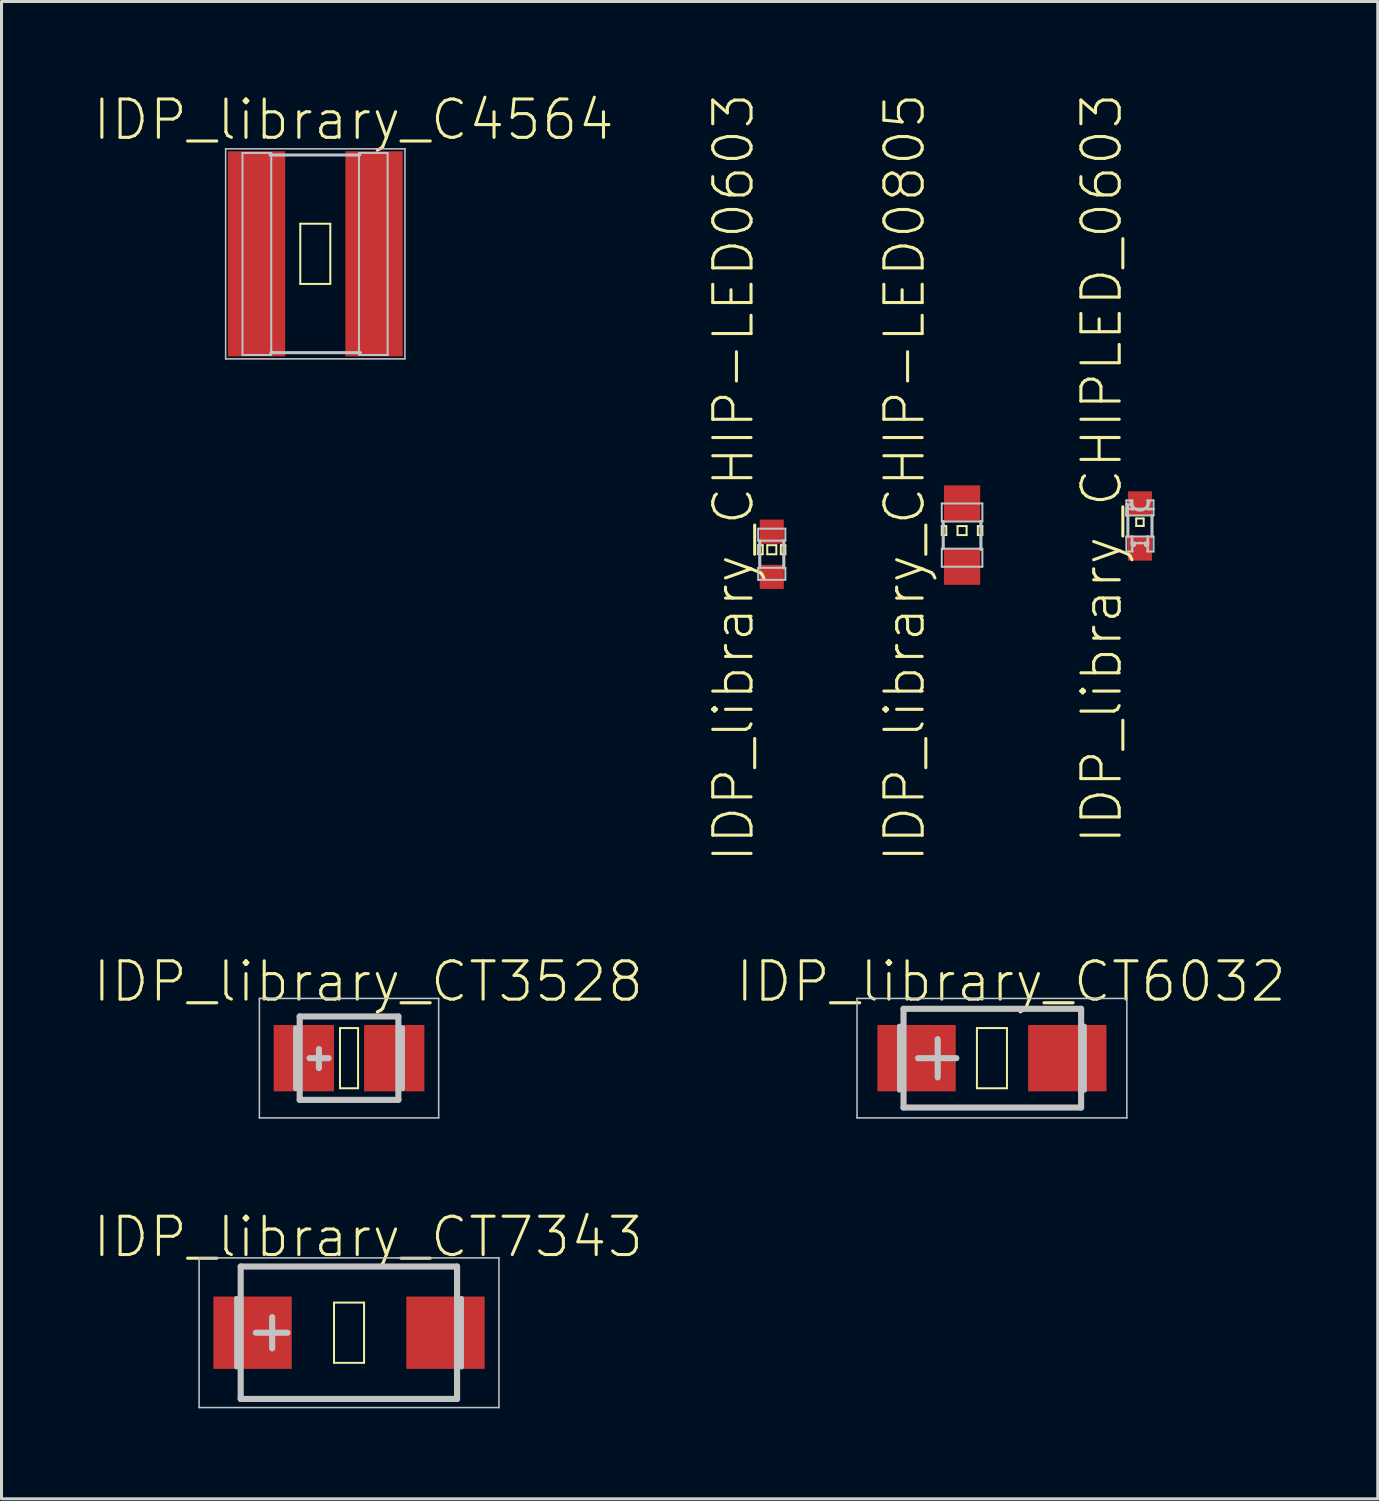
<source format=kicad_pcb>
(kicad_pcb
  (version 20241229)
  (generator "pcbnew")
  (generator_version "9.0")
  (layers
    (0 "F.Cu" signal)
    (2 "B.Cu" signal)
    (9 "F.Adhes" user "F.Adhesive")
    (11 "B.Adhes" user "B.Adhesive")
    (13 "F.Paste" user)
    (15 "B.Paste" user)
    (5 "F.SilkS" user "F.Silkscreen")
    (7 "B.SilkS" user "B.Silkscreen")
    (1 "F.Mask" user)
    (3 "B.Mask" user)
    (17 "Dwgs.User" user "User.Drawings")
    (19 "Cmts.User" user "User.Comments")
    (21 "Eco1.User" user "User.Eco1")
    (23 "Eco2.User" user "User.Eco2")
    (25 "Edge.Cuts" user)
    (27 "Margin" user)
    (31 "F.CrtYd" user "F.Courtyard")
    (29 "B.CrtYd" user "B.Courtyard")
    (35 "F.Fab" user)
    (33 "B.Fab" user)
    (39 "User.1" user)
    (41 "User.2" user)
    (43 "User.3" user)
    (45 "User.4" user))
  (footprint "IDP_library_CT7343"
    (layer "F.Cu")
    (at 8.522 41.136)
    (property "Reference" "IDP_library_CT7343" (at 0.635 -3.175 0) (layer "F.SilkS") (effects (font (size 1.27 1.27) (thickness 0.102))))
    (attr smd)
    (fp_line (start -0.498 -0.998) (end 0.498 -0.998) (stroke (width 0.066) (type solid)) (layer "F.SilkS"))
    (fp_line (start -0.498 0.998) (end -0.498 -0.998) (stroke (width 0.066) (type solid)) (layer "F.SilkS"))
    (fp_line (start -0.498 0.998) (end 0.498 0.998) (stroke (width 0.066) (type solid)) (layer "F.SilkS"))
    (fp_line (start 0.498 0.998) (end 0.498 -0.998) (stroke (width 0.066) (type solid)) (layer "F.SilkS"))
    (fp_line (start -4.971 -2.482) (end 4.971 -2.482) (stroke (width 0.051) (type solid)) (layer "Dwgs.User"))
    (fp_line (start -4.971 2.482) (end -4.971 -2.482) (stroke (width 0.051) (type solid)) (layer "Dwgs.User"))
    (fp_line (start -3.734 -1.143) (end -3.734 1.143) (stroke (width 0.152) (type solid)) (layer "Dwgs.User"))
    (fp_line (start -3.592 2.195) (end -3.592 -2.195) (stroke (width 0.203) (type solid)) (layer "Dwgs.User"))
    (fp_line (start -2.548 -0.518) (end -2.548 0.518) (stroke (width 0.203) (type solid)) (layer "Dwgs.User"))
    (fp_line (start -2.04 0) (end -3.089 0) (stroke (width 0.203) (type solid)) (layer "Dwgs.User"))
    (fp_line (start 3.581 -2.195) (end -3.592 -2.195) (stroke (width 0.203) (type solid)) (layer "Dwgs.User"))
    (fp_line (start 3.581 2.195) (end -3.592 2.195) (stroke (width 0.203) (type solid)) (layer "Dwgs.User"))
    (fp_line (start 3.581 2.195) (end 3.581 -2.195) (stroke (width 0.203) (type solid)) (layer "Dwgs.User"))
    (fp_line (start 3.734 -1.143) (end 3.734 1.143) (stroke (width 0.152) (type solid)) (layer "Dwgs.User"))
    (fp_line (start 4.971 -2.482) (end 4.971 2.482) (stroke (width 0.051) (type solid)) (layer "Dwgs.User"))
    (fp_line (start 4.971 2.482) (end -4.971 2.482) (stroke (width 0.051) (type solid)) (layer "Dwgs.User"))
    (pad "+" smd rect (at -3.198 0) (size 2.598 2.398) (layers "F.Cu" "F.Mask" "F.Paste"))
    (pad "-" smd rect (at 3.198 0) (size 2.598 2.398) (layers "F.Cu" "F.Mask" "F.Paste")))
  (footprint "IDP_library_CHIP-LED0805"
    (layer "F.Cu")
    (at 28.847 14.691)
    (property "Reference" "IDP_library_CHIP-LED0805" (at -1.905 -1.905 90) (layer "F.SilkS") (effects (font (size 1.27 1.27) (thickness 0.102))))
    (attr smd)
    (fp_line (start -0.673 -0.3) (end -0.523 -0.3) (stroke (width 0.066) (type solid)) (layer "F.SilkS"))
    (fp_line (start -0.673 0) (end -0.673 -0.3) (stroke (width 0.066) (type solid)) (layer "F.SilkS"))
    (fp_line (start -0.673 0) (end -0.523 0) (stroke (width 0.066) (type solid)) (layer "F.SilkS"))
    (fp_line (start -0.523 0) (end -0.523 -0.3) (stroke (width 0.066) (type solid)) (layer "F.SilkS"))
    (fp_line (start -0.15 -0.3) (end 0.15 -0.3) (stroke (width 0.066) (type solid)) (layer "F.SilkS"))
    (fp_line (start -0.15 0) (end -0.15 -0.3) (stroke (width 0.066) (type solid)) (layer "F.SilkS"))
    (fp_line (start -0.15 0) (end 0.15 0) (stroke (width 0.066) (type solid)) (layer "F.SilkS"))
    (fp_line (start 0.15 0) (end 0.15 -0.3) (stroke (width 0.066) (type solid)) (layer "F.SilkS"))
    (fp_line (start 0.523 -0.3) (end 0.673 -0.3) (stroke (width 0.066) (type solid)) (layer "F.SilkS"))
    (fp_line (start 0.523 0) (end 0.523 -0.3) (stroke (width 0.066) (type solid)) (layer "F.SilkS"))
    (fp_line (start 0.523 0) (end 0.673 0) (stroke (width 0.066) (type solid)) (layer "F.SilkS"))
    (fp_line (start 0.673 0) (end 0.673 -0.3) (stroke (width 0.066) (type solid)) (layer "F.SilkS"))
    (fp_line (start -0.673 -1.049) (end 0.673 -1.049) (stroke (width 0.066) (type solid)) (layer "Dwgs.User"))
    (fp_line (start -0.673 -0.45) (end -0.673 -1.049) (stroke (width 0.066) (type solid)) (layer "Dwgs.User"))
    (fp_line (start -0.673 -0.45) (end 0.673 -0.45) (stroke (width 0.066) (type solid)) (layer "Dwgs.User"))
    (fp_line (start -0.673 0.45) (end 0.673 0.45) (stroke (width 0.066) (type solid)) (layer "Dwgs.User"))
    (fp_line (start -0.673 1.049) (end -0.673 0.45) (stroke (width 0.066) (type solid)) (layer "Dwgs.User"))
    (fp_line (start -0.673 1.049) (end 0.673 1.049) (stroke (width 0.066) (type solid)) (layer "Dwgs.User"))
    (fp_line (start -0.625 -0.45) (end -0.625 0.45) (stroke (width 0.102) (type solid)) (layer "Dwgs.User"))
    (fp_line (start 0.625 -0.45) (end 0.625 0.475) (stroke (width 0.102) (type solid)) (layer "Dwgs.User"))
    (fp_line (start 0.673 -0.45) (end 0.673 -1.049) (stroke (width 0.066) (type solid)) (layer "Dwgs.User"))
    (fp_line (start 0.673 1.049) (end 0.673 0.45) (stroke (width 0.066) (type solid)) (layer "Dwgs.User"))
    (pad "A" smd rect (at 0 1.049) (size 1.199 1.199) (layers "F.Cu" "F.Mask" "F.Paste"))
    (pad "C" smd rect (at 0 -1.049) (size 1.199 1.199) (layers "F.Cu" "F.Mask" "F.Paste")))
  (footprint "IDP_library_CT3528"
    (layer "F.Cu")
    (at 8.522 32.033)
    (property "Reference" "IDP_library_CT3528" (at 0.635 -2.54 0) (layer "F.SilkS") (effects (font (size 1.27 1.27) (thickness 0.102))))
    (attr smd)
    (fp_line (start -0.3 -0.998) (end 0.3 -0.998) (stroke (width 0.066) (type solid)) (layer "F.SilkS"))
    (fp_line (start -0.3 0.998) (end -0.3 -0.998) (stroke (width 0.066) (type solid)) (layer "F.SilkS"))
    (fp_line (start -0.3 0.998) (end 0.3 0.998) (stroke (width 0.066) (type solid)) (layer "F.SilkS"))
    (fp_line (start 0.3 0.998) (end 0.3 -0.998) (stroke (width 0.066) (type solid)) (layer "F.SilkS"))
    (fp_line (start -2.972 -1.981) (end 2.972 -1.981) (stroke (width 0.051) (type solid)) (layer "Dwgs.User"))
    (fp_line (start -2.972 1.981) (end -2.972 -1.981) (stroke (width 0.051) (type solid)) (layer "Dwgs.User"))
    (fp_line (start -1.778 -1.016) (end -1.778 1.016) (stroke (width 0.152) (type solid)) (layer "Dwgs.User"))
    (fp_line (start -1.636 1.382) (end -1.636 -1.382) (stroke (width 0.203) (type solid)) (layer "Dwgs.User"))
    (fp_line (start -0.998 -0.3) (end -0.998 0.328) (stroke (width 0.203) (type solid)) (layer "Dwgs.User"))
    (fp_line (start -0.678 0) (end -1.308 0) (stroke (width 0.203) (type solid)) (layer "Dwgs.User"))
    (fp_line (start 1.636 -1.382) (end -1.636 -1.382) (stroke (width 0.203) (type solid)) (layer "Dwgs.User"))
    (fp_line (start 1.636 1.382) (end -1.636 1.382) (stroke (width 0.203) (type solid)) (layer "Dwgs.User"))
    (fp_line (start 1.636 1.382) (end 1.636 -1.382) (stroke (width 0.203) (type solid)) (layer "Dwgs.User"))
    (fp_line (start 1.778 -1.016) (end 1.778 1.016) (stroke (width 0.152) (type solid)) (layer "Dwgs.User"))
    (fp_line (start 2.972 -1.981) (end 2.972 1.981) (stroke (width 0.051) (type solid)) (layer "Dwgs.User"))
    (fp_line (start 2.972 1.981) (end -2.972 1.981) (stroke (width 0.051) (type solid)) (layer "Dwgs.User"))
    (pad "+" smd rect (at -1.499 0) (size 1.999 2.2) (layers "F.Cu" "F.Mask" "F.Paste"))
    (pad "-" smd rect (at 1.499 0) (size 1.999 2.2) (layers "F.Cu" "F.Mask" "F.Paste")))
  (footprint "IDP_library_CHIPLED_0603"
    (layer "F.Cu")
    (at 34.744 14.388)
    (property "Reference" "IDP_library_CHIPLED_0603" (at -1.27 -1.905 90) (layer "F.SilkS") (effects (font (size 1.27 1.27) (thickness 0.102))))
    (attr smd)
    (fp_line (start -0.124 -0.249) (end 0.124 -0.249) (stroke (width 0.066) (type solid)) (layer "F.SilkS"))
    (fp_line (start -0.124 0) (end -0.124 -0.249) (stroke (width 0.066) (type solid)) (layer "F.SilkS"))
    (fp_line (start -0.124 0) (end 0.124 0) (stroke (width 0.066) (type solid)) (layer "F.SilkS"))
    (fp_line (start 0.124 0) (end 0.124 -0.249) (stroke (width 0.066) (type solid)) (layer "F.SilkS"))
    (fp_line (start -0.45 -0.848) (end -0.249 -0.848) (stroke (width 0.066) (type solid)) (layer "Dwgs.User"))
    (fp_line (start -0.45 -0.724) (end -0.399 -0.724) (stroke (width 0.066) (type solid)) (layer "Dwgs.User"))
    (fp_line (start -0.45 -0.699) (end -0.45 -0.848) (stroke (width 0.066) (type solid)) (layer "Dwgs.User"))
    (fp_line (start -0.45 -0.699) (end -0.249 -0.699) (stroke (width 0.066) (type solid)) (layer "Dwgs.User"))
    (fp_line (start -0.45 -0.574) (end 0.45 -0.574) (stroke (width 0.066) (type solid)) (layer "Dwgs.User"))
    (fp_line (start -0.45 -0.348) (end -0.45 -0.724) (stroke (width 0.066) (type solid)) (layer "Dwgs.User"))
    (fp_line (start -0.45 -0.348) (end -0.45 -0.574) (stroke (width 0.066) (type solid)) (layer "Dwgs.User"))
    (fp_line (start -0.45 -0.348) (end -0.399 -0.348) (stroke (width 0.066) (type solid)) (layer "Dwgs.User"))
    (fp_line (start -0.45 -0.348) (end 0.45 -0.348) (stroke (width 0.066) (type solid)) (layer "Dwgs.User"))
    (fp_line (start -0.45 0.348) (end -0.249 0.348) (stroke (width 0.066) (type solid)) (layer "Dwgs.User"))
    (fp_line (start -0.45 0.848) (end -0.45 0.348) (stroke (width 0.066) (type solid)) (layer "Dwgs.User"))
    (fp_line (start -0.45 0.848) (end -0.249 0.848) (stroke (width 0.066) (type solid)) (layer "Dwgs.User"))
    (fp_line (start -0.399 -0.373) (end -0.399 0.348) (stroke (width 0.102) (type solid)) (layer "Dwgs.User"))
    (fp_line (start -0.399 -0.348) (end -0.399 -0.724) (stroke (width 0.066) (type solid)) (layer "Dwgs.User"))
    (fp_line (start -0.274 -0.599) (end -0.224 -0.599) (stroke (width 0.066) (type solid)) (layer "Dwgs.User"))
    (fp_line (start -0.274 -0.549) (end -0.274 -0.599) (stroke (width 0.066) (type solid)) (layer "Dwgs.User"))
    (fp_line (start -0.274 -0.549) (end -0.224 -0.549) (stroke (width 0.066) (type solid)) (layer "Dwgs.User"))
    (fp_line (start -0.274 0.348) (end 0.274 0.348) (stroke (width 0.066) (type solid)) (layer "Dwgs.User"))
    (fp_line (start -0.274 0.549) (end -0.173 0.549) (stroke (width 0.066) (type solid)) (layer "Dwgs.User"))
    (fp_line (start -0.274 0.574) (end -0.274 0.348) (stroke (width 0.066) (type solid)) (layer "Dwgs.User"))
    (fp_line (start -0.274 0.574) (end 0.274 0.574) (stroke (width 0.066) (type solid)) (layer "Dwgs.User"))
    (fp_line (start -0.274 0.648) (end -0.274 0.549) (stroke (width 0.066) (type solid)) (layer "Dwgs.User"))
    (fp_line (start -0.274 0.648) (end -0.173 0.648) (stroke (width 0.066) (type solid)) (layer "Dwgs.User"))
    (fp_line (start -0.249 -0.699) (end -0.249 -0.848) (stroke (width 0.066) (type solid)) (layer "Dwgs.User"))
    (fp_line (start -0.249 0.848) (end -0.249 0.348) (stroke (width 0.066) (type solid)) (layer "Dwgs.User"))
    (fp_line (start -0.224 -0.549) (end -0.224 -0.599) (stroke (width 0.066) (type solid)) (layer "Dwgs.User"))
    (fp_line (start -0.173 0.648) (end -0.173 0.549) (stroke (width 0.066) (type solid)) (layer "Dwgs.User"))
    (fp_line (start 0.173 0.549) (end 0.274 0.549) (stroke (width 0.066) (type solid)) (layer "Dwgs.User"))
    (fp_line (start 0.173 0.648) (end 0.173 0.549) (stroke (width 0.066) (type solid)) (layer "Dwgs.User"))
    (fp_line (start 0.173 0.648) (end 0.274 0.648) (stroke (width 0.066) (type solid)) (layer "Dwgs.User"))
    (fp_line (start 0.249 -0.848) (end 0.45 -0.848) (stroke (width 0.066) (type solid)) (layer "Dwgs.User"))
    (fp_line (start 0.249 -0.549) (end 0.249 -0.848) (stroke (width 0.066) (type solid)) (layer "Dwgs.User"))
    (fp_line (start 0.249 -0.549) (end 0.45 -0.549) (stroke (width 0.066) (type solid)) (layer "Dwgs.User"))
    (fp_line (start 0.249 0.348) (end 0.45 0.348) (stroke (width 0.066) (type solid)) (layer "Dwgs.User"))
    (fp_line (start 0.249 0.848) (end 0.249 0.348) (stroke (width 0.066) (type solid)) (layer "Dwgs.User"))
    (fp_line (start 0.249 0.848) (end 0.45 0.848) (stroke (width 0.066) (type solid)) (layer "Dwgs.User"))
    (fp_line (start 0.274 0.574) (end 0.274 0.348) (stroke (width 0.066) (type solid)) (layer "Dwgs.User"))
    (fp_line (start 0.274 0.648) (end 0.274 0.549) (stroke (width 0.066) (type solid)) (layer "Dwgs.User"))
    (fp_line (start 0.399 -0.348) (end 0.399 0.348) (stroke (width 0.102) (type solid)) (layer "Dwgs.User"))
    (fp_line (start 0.45 -0.549) (end 0.45 -0.848) (stroke (width 0.066) (type solid)) (layer "Dwgs.User"))
    (fp_line (start 0.45 -0.348) (end 0.45 -0.574) (stroke (width 0.066) (type solid)) (layer "Dwgs.User"))
    (fp_line (start 0.45 0.848) (end 0.45 0.348) (stroke (width 0.066) (type solid)) (layer "Dwgs.User"))
    (fp_arc (start -0.27432 0.82296) (mid 0 0.54864) (end 0.27432 0.82296) (stroke (width 0.0508) (type solid)) (layer "Dwgs.User"))
    (fp_arc (start 0.29972 -0.79756) (mid -0.001711 -0.524485) (end -0.300018 -0.80097) (stroke (width 0.1016) (type solid)) (layer "Dwgs.User"))
    (fp_circle (center -0.348 -0.625) (end -0.348 -0.699) (stroke (width 0.051) (type solid)) (fill no) (layer "Dwgs.User"))
    (pad "A" smd rect (at 0 0.749) (size 0.798 0.798) (layers "F.Cu" "F.Mask" "F.Paste"))
    (pad "C" smd rect (at 0 -0.749) (size 0.798 0.798) (layers "F.Cu" "F.Mask" "F.Paste")))
  (footprint "IDP_library_CHIP-LED0603"
    (layer "F.Cu")
    (at 22.538 15.326)
    (property "Reference" "IDP_library_CHIP-LED0603" (at -1.27 -2.54 90) (layer "F.SilkS") (effects (font (size 1.27 1.27) (thickness 0.102))))
    (attr smd)
    (fp_line (start -0.45 -0.3) (end -0.3 -0.3) (stroke (width 0.066) (type solid)) (layer "F.SilkS"))
    (fp_line (start -0.45 0) (end -0.45 -0.3) (stroke (width 0.066) (type solid)) (layer "F.SilkS"))
    (fp_line (start -0.45 0) (end -0.3 0) (stroke (width 0.066) (type solid)) (layer "F.SilkS"))
    (fp_line (start -0.3 0) (end -0.3 -0.3) (stroke (width 0.066) (type solid)) (layer "F.SilkS"))
    (fp_line (start -0.15 -0.3) (end 0.15 -0.3) (stroke (width 0.066) (type solid)) (layer "F.SilkS"))
    (fp_line (start -0.15 0) (end -0.15 -0.3) (stroke (width 0.066) (type solid)) (layer "F.SilkS"))
    (fp_line (start -0.15 0) (end 0.15 0) (stroke (width 0.066) (type solid)) (layer "F.SilkS"))
    (fp_line (start 0.15 0) (end 0.15 -0.3) (stroke (width 0.066) (type solid)) (layer "F.SilkS"))
    (fp_line (start 0.3 -0.3) (end 0.45 -0.3) (stroke (width 0.066) (type solid)) (layer "F.SilkS"))
    (fp_line (start 0.3 0) (end 0.3 -0.3) (stroke (width 0.066) (type solid)) (layer "F.SilkS"))
    (fp_line (start 0.3 0) (end 0.45 0) (stroke (width 0.066) (type solid)) (layer "F.SilkS"))
    (fp_line (start 0.45 0) (end 0.45 -0.3) (stroke (width 0.066) (type solid)) (layer "F.SilkS"))
    (fp_line (start -0.45 -0.848) (end 0.45 -0.848) (stroke (width 0.066) (type solid)) (layer "Dwgs.User"))
    (fp_line (start -0.45 -0.45) (end -0.45 -0.848) (stroke (width 0.066) (type solid)) (layer "Dwgs.User"))
    (fp_line (start -0.45 -0.45) (end 0.45 -0.45) (stroke (width 0.066) (type solid)) (layer "Dwgs.User"))
    (fp_line (start -0.45 0.45) (end 0.45 0.45) (stroke (width 0.066) (type solid)) (layer "Dwgs.User"))
    (fp_line (start -0.45 0.848) (end -0.45 0.45) (stroke (width 0.066) (type solid)) (layer "Dwgs.User"))
    (fp_line (start -0.45 0.848) (end 0.45 0.848) (stroke (width 0.066) (type solid)) (layer "Dwgs.User"))
    (fp_line (start -0.399 -0.45) (end -0.399 0.45) (stroke (width 0.102) (type solid)) (layer "Dwgs.User"))
    (fp_line (start 0.399 -0.45) (end 0.399 0.45) (stroke (width 0.102) (type solid)) (layer "Dwgs.User"))
    (fp_line (start 0.45 -0.45) (end 0.45 -0.848) (stroke (width 0.066) (type solid)) (layer "Dwgs.User"))
    (fp_line (start 0.45 0.848) (end 0.45 0.45) (stroke (width 0.066) (type solid)) (layer "Dwgs.User"))
    (pad "A" smd rect (at 0 0.749) (size 0.798 0.798) (layers "F.Cu" "F.Mask" "F.Paste"))
    (pad "C" smd rect (at 0 -0.749) (size 0.798 0.798) (layers "F.Cu" "F.Mask" "F.Paste")))
  (footprint "IDP_library_C4564"
    (layer "F.Cu")
    (at 7.403 5.366)
    (property "Reference" "IDP_library_C4564" (at 1.27 -4.445 0) (layer "F.SilkS") (effects (font (size 1.27 1.27) (thickness 0.102))))
    (attr smd)
    (fp_line (start -0.498 -0.998) (end 0.498 -0.998) (stroke (width 0.066) (type solid)) (layer "F.SilkS"))
    (fp_line (start -0.498 0.998) (end -0.498 -0.998) (stroke (width 0.066) (type solid)) (layer "F.SilkS"))
    (fp_line (start -0.498 0.998) (end 0.498 0.998) (stroke (width 0.066) (type solid)) (layer "F.SilkS"))
    (fp_line (start 0.498 0.998) (end 0.498 -0.998) (stroke (width 0.066) (type solid)) (layer "F.SilkS"))
    (fp_line (start -2.972 -3.482) (end 2.972 -3.482) (stroke (width 0.051) (type solid)) (layer "Dwgs.User"))
    (fp_line (start -2.972 3.482) (end -2.972 -3.482) (stroke (width 0.051) (type solid)) (layer "Dwgs.User"))
    (fp_line (start -2.413 -3.345) (end -1.46 -3.345) (stroke (width 0.066) (type solid)) (layer "Dwgs.User"))
    (fp_line (start -2.413 3.353) (end -2.413 -3.345) (stroke (width 0.066) (type solid)) (layer "Dwgs.User"))
    (fp_line (start -2.413 3.353) (end -1.46 3.353) (stroke (width 0.066) (type solid)) (layer "Dwgs.User"))
    (fp_line (start -1.499 -3.277) (end 1.473 -3.277) (stroke (width 0.102) (type solid)) (layer "Dwgs.User"))
    (fp_line (start -1.473 3.277) (end 1.499 3.277) (stroke (width 0.102) (type solid)) (layer "Dwgs.User"))
    (fp_line (start -1.46 3.353) (end -1.46 -3.345) (stroke (width 0.066) (type solid)) (layer "Dwgs.User"))
    (fp_line (start 1.448 -3.345) (end 2.398 -3.345) (stroke (width 0.066) (type solid)) (layer "Dwgs.User"))
    (fp_line (start 1.448 3.353) (end 1.448 -3.345) (stroke (width 0.066) (type solid)) (layer "Dwgs.User"))
    (fp_line (start 1.448 3.353) (end 2.398 3.353) (stroke (width 0.066) (type solid)) (layer "Dwgs.User"))
    (fp_line (start 2.398 3.353) (end 2.398 -3.345) (stroke (width 0.066) (type solid)) (layer "Dwgs.User"))
    (fp_line (start 2.972 -3.482) (end 2.972 3.482) (stroke (width 0.051) (type solid)) (layer "Dwgs.User"))
    (fp_line (start 2.972 3.482) (end -2.972 3.482) (stroke (width 0.051) (type solid)) (layer "Dwgs.User"))
    (pad "1" smd rect (at -1.948 0) (size 1.9 6.8) (layers "F.Cu" "F.Mask" "F.Paste"))
    (pad "2" smd rect (at 1.948 0) (size 1.9 6.8) (layers "F.Cu" "F.Mask" "F.Paste")))
  (footprint "IDP_library_CT6032"
    (layer "F.Cu")
    (at 29.837 32.033)
    (property "Reference" "IDP_library_CT6032" (at 0.635 -2.54 0) (layer "F.SilkS") (effects (font (size 1.27 1.27) (thickness 0.102))))
    (attr smd)
    (fp_line (start -0.498 -0.998) (end 0.498 -0.998) (stroke (width 0.066) (type solid)) (layer "F.SilkS"))
    (fp_line (start -0.498 0.998) (end -0.498 -0.998) (stroke (width 0.066) (type solid)) (layer "F.SilkS"))
    (fp_line (start -0.498 0.998) (end 0.498 0.998) (stroke (width 0.066) (type solid)) (layer "F.SilkS"))
    (fp_line (start 0.498 0.998) (end 0.498 -0.998) (stroke (width 0.066) (type solid)) (layer "F.SilkS"))
    (fp_line (start -4.473 -1.981) (end 4.473 -1.981) (stroke (width 0.051) (type solid)) (layer "Dwgs.User"))
    (fp_line (start -4.473 1.981) (end -4.473 -1.981) (stroke (width 0.051) (type solid)) (layer "Dwgs.User"))
    (fp_line (start -3.071 -1.067) (end -3.071 1.067) (stroke (width 0.152) (type solid)) (layer "Dwgs.User"))
    (fp_line (start -2.931 1.636) (end -2.931 -1.636) (stroke (width 0.203) (type solid)) (layer "Dwgs.User"))
    (fp_line (start -1.798 -0.63) (end -1.798 0.638) (stroke (width 0.203) (type solid)) (layer "Dwgs.User"))
    (fp_line (start -1.179 0) (end -2.449 0) (stroke (width 0.203) (type solid)) (layer "Dwgs.User"))
    (fp_line (start 2.957 -1.636) (end -2.931 -1.636) (stroke (width 0.203) (type solid)) (layer "Dwgs.User"))
    (fp_line (start 2.957 1.636) (end -2.931 1.636) (stroke (width 0.203) (type solid)) (layer "Dwgs.User"))
    (fp_line (start 2.957 1.636) (end 2.957 -1.636) (stroke (width 0.203) (type solid)) (layer "Dwgs.User"))
    (fp_line (start 3.071 -1.067) (end 3.071 1.067) (stroke (width 0.152) (type solid)) (layer "Dwgs.User"))
    (fp_line (start 4.473 -1.981) (end 4.473 1.981) (stroke (width 0.051) (type solid)) (layer "Dwgs.User"))
    (fp_line (start 4.473 1.981) (end -4.473 1.981) (stroke (width 0.051) (type solid)) (layer "Dwgs.User"))
    (pad "+" smd rect (at -2.499 0) (size 2.598 2.2) (layers "F.Cu" "F.Mask" "F.Paste"))
    (pad "-" smd rect (at 2.499 0) (size 2.598 2.2) (layers "F.Cu" "F.Mask" "F.Paste")))
  (gr_rect
    (start -3 -3)
    (end 42.629 46.643)
    (stroke (width 0.1) (type default))
    (fill no)
    (layer "Edge.Cuts")))
</source>
